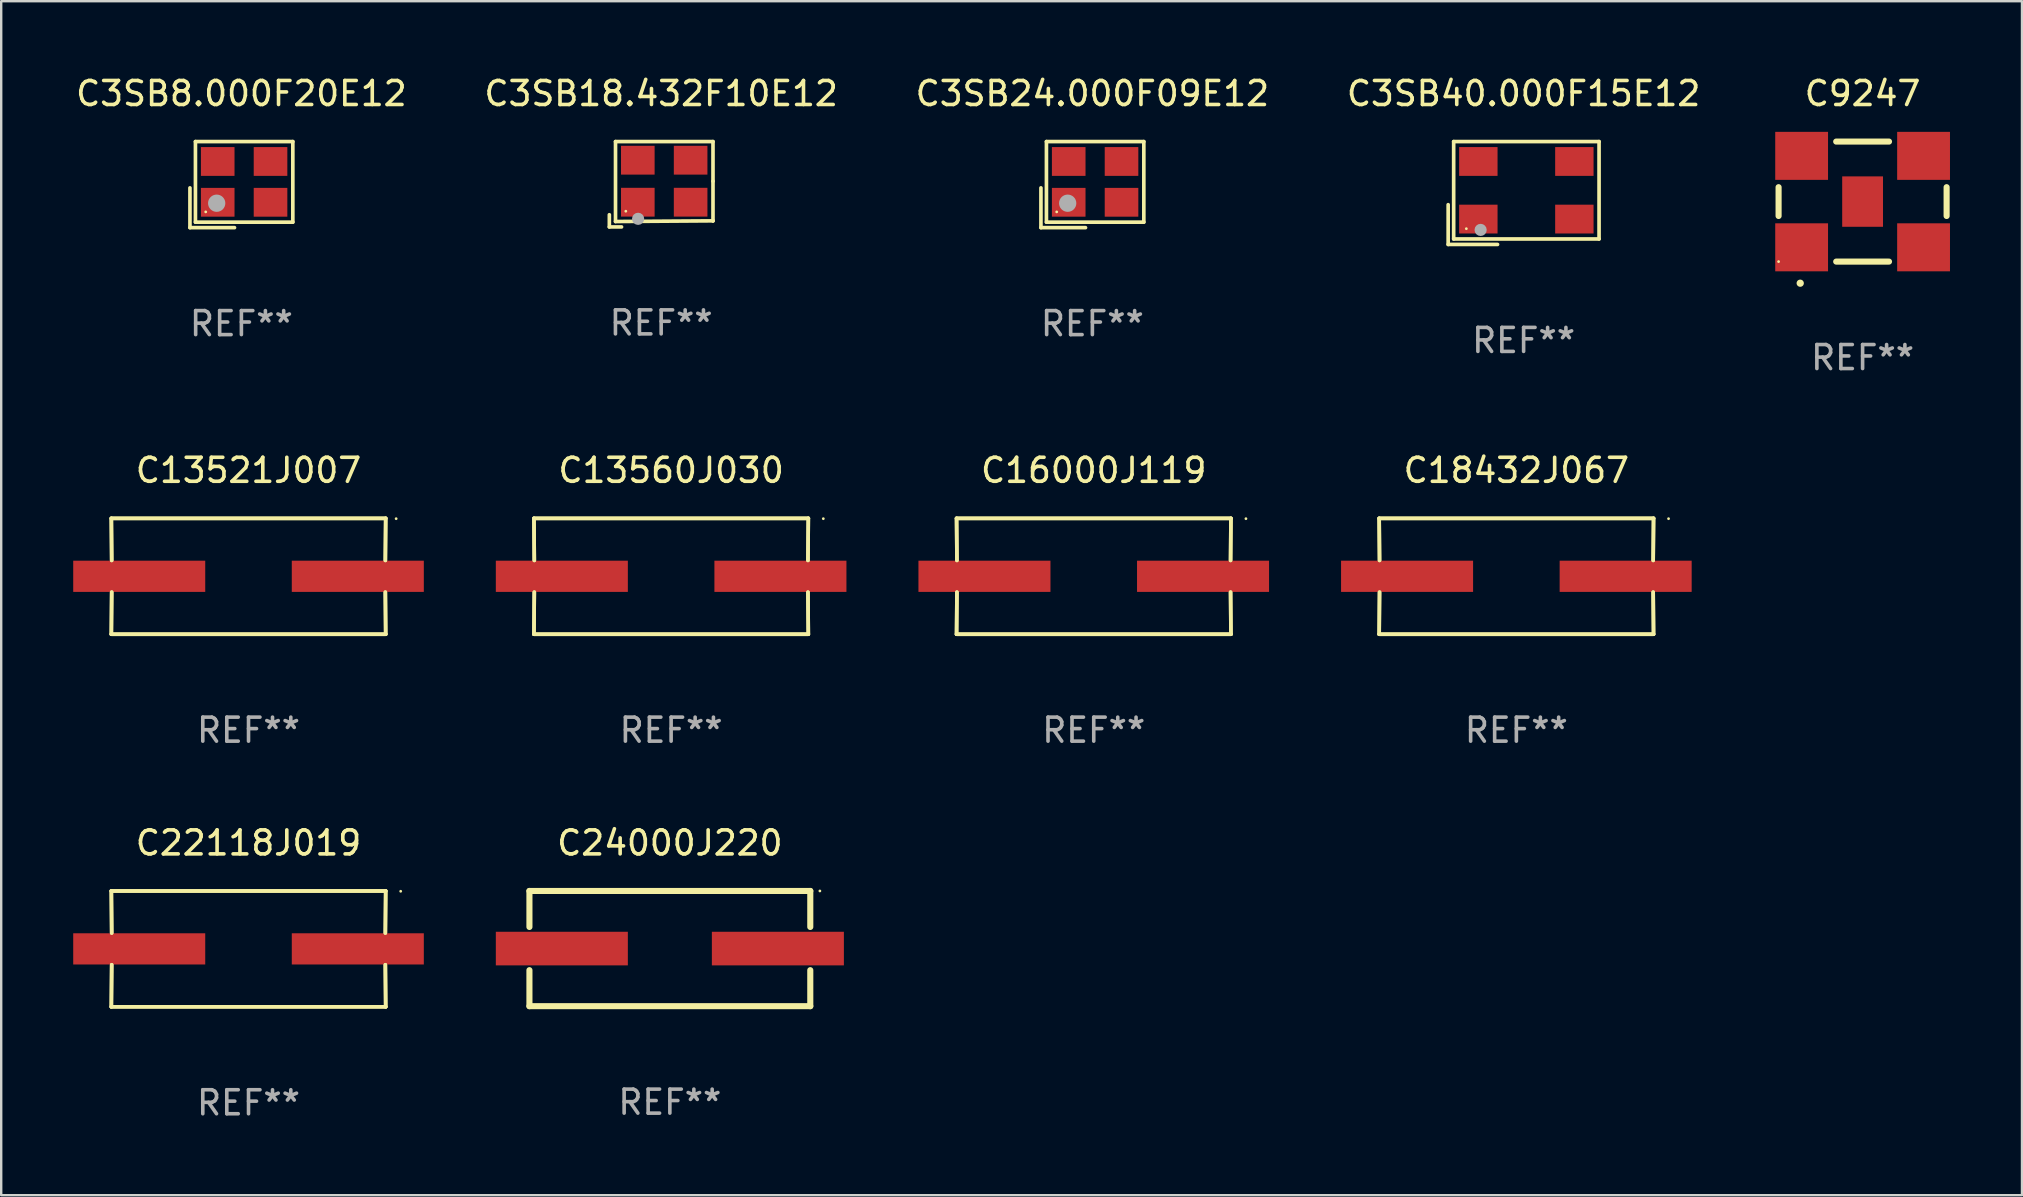
<source format=kicad_pcb>
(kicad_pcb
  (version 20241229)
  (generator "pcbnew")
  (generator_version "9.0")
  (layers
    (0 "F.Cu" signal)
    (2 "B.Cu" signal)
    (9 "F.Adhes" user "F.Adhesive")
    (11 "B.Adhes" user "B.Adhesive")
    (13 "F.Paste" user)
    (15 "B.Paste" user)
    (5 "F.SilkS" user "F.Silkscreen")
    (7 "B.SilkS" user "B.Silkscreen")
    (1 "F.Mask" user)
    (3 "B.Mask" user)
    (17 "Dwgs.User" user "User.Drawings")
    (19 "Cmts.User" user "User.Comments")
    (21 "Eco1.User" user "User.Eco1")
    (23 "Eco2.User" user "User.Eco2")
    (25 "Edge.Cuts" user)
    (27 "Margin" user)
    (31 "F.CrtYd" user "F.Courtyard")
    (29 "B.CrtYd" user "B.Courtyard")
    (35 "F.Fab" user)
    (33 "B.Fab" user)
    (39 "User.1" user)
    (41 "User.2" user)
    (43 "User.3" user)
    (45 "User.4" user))
  (footprint "C13521J007"
    (layer "F.Cu")
    (at 7.303 20.958)
    (property "Reference" "C13521J007" (at 0 -4.413 0) (layer "F.SilkS") (effects (font (size 1 1) (thickness 0.15))))
    (attr through_hole)
    (fp_line (start -5.715 -2.413) (end -5.7 -0.662) (stroke (width 0.152) (type solid)) (layer "F.SilkS"))
    (fp_line (start -5.715 -2.413) (end -5.7 -0.662) (stroke (width 0.152) (type solid)) (layer "F.SilkS"))
    (fp_line (start -5.715 2.413) (end 5.715 2.413) (stroke (width 0.152) (type solid)) (layer "F.SilkS"))
    (fp_line (start -5.715 2.413) (end 5.715 2.413) (stroke (width 0.152) (type solid)) (layer "F.SilkS"))
    (fp_line (start -5.7 0.662) (end -5.715 2.413) (stroke (width 0.152) (type solid)) (layer "F.SilkS"))
    (fp_line (start -5.7 0.662) (end -5.715 2.413) (stroke (width 0.152) (type solid)) (layer "F.SilkS"))
    (fp_line (start 5.7 -0.662) (end 5.715 -2.413) (stroke (width 0.152) (type solid)) (layer "F.SilkS"))
    (fp_line (start 5.7 -0.662) (end 5.715 -2.413) (stroke (width 0.152) (type solid)) (layer "F.SilkS"))
    (fp_line (start 5.715 -2.413) (end -5.715 -2.413) (stroke (width 0.152) (type solid)) (layer "F.SilkS"))
    (fp_line (start 5.715 -2.413) (end -5.715 -2.413) (stroke (width 0.152) (type solid)) (layer "F.SilkS"))
    (fp_line (start 5.715 2.413) (end 5.7 0.662) (stroke (width 0.152) (type solid)) (layer "F.SilkS"))
    (fp_line (start 5.715 2.413) (end 5.7 0.662) (stroke (width 0.152) (type solid)) (layer "F.SilkS"))
    (fp_circle (center 6.15 -2.4) (end 6.18 -2.4) (stroke (width 0.06) (type solid)) (fill no) (layer "F.SilkS"))
    (fp_text user "REF**" (at 0 6.413 0) (layer "F.Fab") (effects (font (size 1 1) (thickness 0.15))))
    (pad "1" smd rect (at 4.553 0.000025) (size 5.5 1.3) (layers "F.Cu" "F.Mask" "F.Paste"))
    (pad "2" smd rect (at -4.553 0.000025) (size 5.5 1.3) (layers "F.Cu" "F.Mask" "F.Paste")))
  (footprint "C13560J030"
    (layer "F.Cu")
    (at 24.909 20.958)
    (property "Reference" "C13560J030" (at 0 -4.413 0) (layer "F.SilkS") (effects (font (size 1 1) (thickness 0.15))))
    (attr through_hole)
    (fp_line (start -5.715 -2.413) (end -5.7 -0.662) (stroke (width 0.152) (type solid)) (layer "F.SilkS"))
    (fp_line (start -5.715 -2.413) (end -5.7 -0.662) (stroke (width 0.152) (type solid)) (layer "F.SilkS"))
    (fp_line (start -5.715 2.413) (end 5.715 2.413) (stroke (width 0.152) (type solid)) (layer "F.SilkS"))
    (fp_line (start -5.715 2.413) (end 5.715 2.413) (stroke (width 0.152) (type solid)) (layer "F.SilkS"))
    (fp_line (start -5.7 0.662) (end -5.715 2.413) (stroke (width 0.152) (type solid)) (layer "F.SilkS"))
    (fp_line (start -5.7 0.662) (end -5.715 2.413) (stroke (width 0.152) (type solid)) (layer "F.SilkS"))
    (fp_line (start 5.7 -0.662) (end 5.715 -2.413) (stroke (width 0.152) (type solid)) (layer "F.SilkS"))
    (fp_line (start 5.7 -0.662) (end 5.715 -2.413) (stroke (width 0.152) (type solid)) (layer "F.SilkS"))
    (fp_line (start 5.715 -2.413) (end -5.715 -2.413) (stroke (width 0.152) (type solid)) (layer "F.SilkS"))
    (fp_line (start 5.715 -2.413) (end -5.715 -2.413) (stroke (width 0.152) (type solid)) (layer "F.SilkS"))
    (fp_line (start 5.715 2.413) (end 5.7 0.662) (stroke (width 0.152) (type solid)) (layer "F.SilkS"))
    (fp_line (start 5.715 2.413) (end 5.7 0.662) (stroke (width 0.152) (type solid)) (layer "F.SilkS"))
    (fp_circle (center 6.34 -2.4) (end 6.37 -2.4) (stroke (width 0.06) (type solid)) (fill no) (layer "F.SilkS"))
    (fp_text user "REF**" (at 0 6.413 0) (layer "F.Fab") (effects (font (size 1 1) (thickness 0.15))))
    (pad "1" smd rect (at 4.553 0) (size 5.5 1.3) (layers "F.Cu" "F.Mask" "F.Paste"))
    (pad "2" smd rect (at -4.553 0) (size 5.5 1.3) (layers "F.Cu" "F.Mask" "F.Paste")))
  (footprint "C3SB24.000F09E12"
    (layer "F.Cu")
    (at 42.458 4.641)
    (property "Reference" "C3SB24.000F09E12" (at 0 -3.793 0) (layer "F.SilkS") (effects (font (size 1 1) (thickness 0.15))))
    (attr through_hole)
    (fp_line (start -2.143 0.136) (end -2.143 1.793) (stroke (width 0.152) (type solid)) (layer "F.SilkS"))
    (fp_line (start -2.143 1.793) (end -0.286 1.793) (stroke (width 0.152) (type solid)) (layer "F.SilkS"))
    (fp_line (start -1.914 -1.793) (end 2.143 -1.793) (stroke (width 0.152) (type solid)) (layer "F.SilkS"))
    (fp_line (start -1.914 1.564) (end -1.914 -1.793) (stroke (width 0.152) (type solid)) (layer "F.SilkS"))
    (fp_line (start 2.143 -1.793) (end 2.143 1.564) (stroke (width 0.152) (type solid)) (layer "F.SilkS"))
    (fp_line (start 2.143 1.564) (end -1.914 1.564) (stroke (width 0.152) (type solid)) (layer "F.SilkS"))
    (fp_circle (center -1.486 1.136) (end -1.456 1.136) (stroke (width 0.06) (type solid)) (fill no) (layer "F.SilkS"))
    (fp_circle (center -1.029 0.775) (end -0.849 0.775) (stroke (width 0.36) (type solid)) (fill no) (layer "F.Fab"))
    (fp_text user "REF**" (at 0 5.793 0) (layer "F.Fab") (effects (font (size 1 1) (thickness 0.15))))
    (pad "1" smd rect (at -0.986 0.736) (size 1.4 1.2) (layers "F.Cu" "F.Mask" "F.Paste"))
    (pad "2" smd rect (at 1.214 0.736) (size 1.4 1.2) (layers "F.Cu" "F.Mask" "F.Paste"))
    (pad "3" smd rect (at 1.214 -0.964) (size 1.4 1.2) (layers "F.Cu" "F.Mask" "F.Paste"))
    (pad "4" smd rect (at -0.986 -0.964) (size 1.4 1.2) (layers "F.Cu" "F.Mask" "F.Paste")))
  (footprint "C24000J220"
    (layer "F.Cu")
    (at 24.856 36.467)
    (property "Reference" "C24000J220" (at 0 -4.4 0) (layer "F.SilkS") (effects (font (size 1 1) (thickness 0.15))))
    (attr through_hole)
    (fp_line (start -5.85 -0.9) (end -5.85 -2.4) (stroke (width 0.254) (type solid)) (layer "F.SilkS"))
    (fp_line (start -5.85 2.4) (end -5.85 0.9) (stroke (width 0.254) (type solid)) (layer "F.SilkS"))
    (fp_line (start 5.85 -0.9) (end 5.85 -2.4) (stroke (width 0.254) (type solid)) (layer "F.SilkS"))
    (fp_line (start 5.85 -2.4) (end -5.85 -2.4) (stroke (width 0.254) (type solid)) (layer "F.SilkS"))
    (fp_line (start 5.85 2.4) (end 5.85 0.9) (stroke (width 0.254) (type solid)) (layer "F.SilkS"))
    (fp_line (start 5.85 2.4) (end -5.85 2.4) (stroke (width 0.254) (type solid)) (layer "F.SilkS"))
    (fp_circle (center 6.25 -2.4) (end 6.28 -2.4) (stroke (width 0.06) (type solid)) (fill no) (layer "F.SilkS"))
    (fp_text user "REF**" (at 0 6.4 0) (layer "F.Fab") (effects (font (size 1 1) (thickness 0.15))))
    (pad "1" smd rect (at 4.5 -0.000025 180) (size 5.5 1.4) (layers "F.Cu" "F.Mask" "F.Paste"))
    (pad "2" smd rect (at -4.5 -0.000025 180) (size 5.5 1.4) (layers "F.Cu" "F.Mask" "F.Paste")))
  (footprint "C3SB40.000F15E12"
    (layer "F.Cu")
    (at 60.423 4.991)
    (property "Reference" "C3SB40.000F15E12" (at 0 -4.143 0) (layer "F.SilkS") (effects (font (size 1 1) (thickness 0.15))))
    (attr through_hole)
    (fp_line (start -3.143 0.486) (end -3.143 2.143) (stroke (width 0.152) (type solid)) (layer "F.SilkS"))
    (fp_line (start -3.143 2.143) (end -1.086 2.143) (stroke (width 0.152) (type solid)) (layer "F.SilkS"))
    (fp_line (start -2.914 -2.143) (end 3.143 -2.143) (stroke (width 0.152) (type solid)) (layer "F.SilkS"))
    (fp_line (start -2.914 1.914) (end -2.914 -2.143) (stroke (width 0.152) (type solid)) (layer "F.SilkS"))
    (fp_line (start 3.143 -2.143) (end 3.143 1.914) (stroke (width 0.152) (type solid)) (layer "F.SilkS"))
    (fp_line (start 3.143 1.914) (end -2.914 1.914) (stroke (width 0.152) (type solid)) (layer "F.SilkS"))
    (fp_circle (center -2.386 1.486) (end -2.356 1.486) (stroke (width 0.06) (type solid)) (fill no) (layer "F.SilkS"))
    (fp_circle (center -1.791 1.537) (end -1.664 1.537) (stroke (width 0.254) (type solid)) (fill no) (layer "F.Fab"))
    (fp_text user "REF**" (at 0 6.143 0) (layer "F.Fab") (effects (font (size 1 1) (thickness 0.15))))
    (pad "1" smd rect (at -1.886 1.086) (size 1.6 1.2) (layers "F.Cu" "F.Mask" "F.Paste"))
    (pad "2" smd rect (at 2.114 1.086) (size 1.6 1.2) (layers "F.Cu" "F.Mask" "F.Paste"))
    (pad "3" smd rect (at 2.114 -1.314) (size 1.6 1.2) (layers "F.Cu" "F.Mask" "F.Paste"))
    (pad "4" smd rect (at -1.886 -1.314) (size 1.6 1.2) (layers "F.Cu" "F.Mask" "F.Paste")))
  (footprint "C3SB8.000F20E12"
    (layer "F.Cu")
    (at 7.006 4.641)
    (property "Reference" "C3SB8.000F20E12" (at 0 -3.793 0) (layer "F.SilkS") (effects (font (size 1 1) (thickness 0.15))))
    (attr through_hole)
    (fp_line (start -2.143 0.136) (end -2.143 1.793) (stroke (width 0.152) (type solid)) (layer "F.SilkS"))
    (fp_line (start -2.143 1.793) (end -0.286 1.793) (stroke (width 0.152) (type solid)) (layer "F.SilkS"))
    (fp_line (start -1.914 -1.793) (end 2.143 -1.793) (stroke (width 0.152) (type solid)) (layer "F.SilkS"))
    (fp_line (start -1.914 1.564) (end -1.914 -1.793) (stroke (width 0.152) (type solid)) (layer "F.SilkS"))
    (fp_line (start 2.143 -1.793) (end 2.143 1.564) (stroke (width 0.152) (type solid)) (layer "F.SilkS"))
    (fp_line (start 2.143 1.564) (end -1.914 1.564) (stroke (width 0.152) (type solid)) (layer "F.SilkS"))
    (fp_circle (center -1.486 1.136) (end -1.456 1.136) (stroke (width 0.06) (type solid)) (fill no) (layer "F.SilkS"))
    (fp_circle (center -1.029 0.775) (end -0.849 0.775) (stroke (width 0.36) (type solid)) (fill no) (layer "F.Fab"))
    (fp_text user "REF**" (at 0 5.793 0) (layer "F.Fab") (effects (font (size 1 1) (thickness 0.15))))
    (pad "1" smd rect (at -0.986 0.736) (size 1.4 1.2) (layers "F.Cu" "F.Mask" "F.Paste"))
    (pad "2" smd rect (at 1.214 0.736) (size 1.4 1.2) (layers "F.Cu" "F.Mask" "F.Paste"))
    (pad "3" smd rect (at 1.214 -0.964) (size 1.4 1.2) (layers "F.Cu" "F.Mask" "F.Paste"))
    (pad "4" smd rect (at -0.986 -0.964) (size 1.4 1.2) (layers "F.Cu" "F.Mask" "F.Paste")))
  (footprint "C18432J067"
    (layer "F.Cu")
    (at 60.121 20.958)
    (property "Reference" "C18432J067" (at 0 -4.413 0) (layer "F.SilkS") (effects (font (size 1 1) (thickness 0.15))))
    (attr through_hole)
    (fp_line (start -5.715 -2.413) (end -5.7 -0.662) (stroke (width 0.152) (type solid)) (layer "F.SilkS"))
    (fp_line (start -5.715 -2.413) (end -5.7 -0.662) (stroke (width 0.152) (type solid)) (layer "F.SilkS"))
    (fp_line (start -5.715 2.413) (end 5.715 2.413) (stroke (width 0.152) (type solid)) (layer "F.SilkS"))
    (fp_line (start -5.715 2.413) (end 5.715 2.413) (stroke (width 0.152) (type solid)) (layer "F.SilkS"))
    (fp_line (start -5.7 0.662) (end -5.715 2.413) (stroke (width 0.152) (type solid)) (layer "F.SilkS"))
    (fp_line (start -5.7 0.662) (end -5.715 2.413) (stroke (width 0.152) (type solid)) (layer "F.SilkS"))
    (fp_line (start 5.7 -0.662) (end 5.715 -2.413) (stroke (width 0.152) (type solid)) (layer "F.SilkS"))
    (fp_line (start 5.7 -0.662) (end 5.715 -2.413) (stroke (width 0.152) (type solid)) (layer "F.SilkS"))
    (fp_line (start 5.715 -2.413) (end -5.715 -2.413) (stroke (width 0.152) (type solid)) (layer "F.SilkS"))
    (fp_line (start 5.715 -2.413) (end -5.715 -2.413) (stroke (width 0.152) (type solid)) (layer "F.SilkS"))
    (fp_line (start 5.715 2.413) (end 5.7 0.662) (stroke (width 0.152) (type solid)) (layer "F.SilkS"))
    (fp_line (start 5.715 2.413) (end 5.7 0.662) (stroke (width 0.152) (type solid)) (layer "F.SilkS"))
    (fp_circle (center 6.34 -2.4) (end 6.37 -2.4) (stroke (width 0.06) (type solid)) (fill no) (layer "F.SilkS"))
    (fp_text user "REF**" (at 0 6.413 0) (layer "F.Fab") (effects (font (size 1 1) (thickness 0.15))))
    (pad "1" smd rect (at 4.553 0) (size 5.5 1.3) (layers "F.Cu" "F.Mask" "F.Paste"))
    (pad "2" smd rect (at -4.553 0) (size 5.5 1.3) (layers "F.Cu" "F.Mask" "F.Paste")))
  (footprint "C9247"
    (layer "F.Cu")
    (at 74.545 5.348)
    (property "Reference" "C9247" (at 0 -4.5 0) (layer "F.SilkS") (effects (font (size 1 1) (thickness 0.15))))
    (attr through_hole)
    (fp_line (start -3.5 -0.6) (end -3.5 0.6) (stroke (width 0.254) (type solid)) (layer "F.SilkS"))
    (fp_line (start -1.1 -2.5) (end 1.1 -2.5) (stroke (width 0.254) (type solid)) (layer "F.SilkS"))
    (fp_line (start -1.1 2.5) (end 1.1 2.5) (stroke (width 0.254) (type solid)) (layer "F.SilkS"))
    (fp_line (start 3.5 -0.6) (end 3.5 0.6) (stroke (width 0.254) (type solid)) (layer "F.SilkS"))
    (fp_arc (start -2.6 3.4) (mid -2.59873 3.399995) (end -2.59746 3.4) (stroke (width 0.3) (type solid)) (layer "F.SilkS"))
    (fp_circle (center -3.5 2.5) (end -3.47 2.5) (stroke (width 0.06) (type solid)) (fill no) (layer "F.SilkS"))
    (fp_text user "REF**" (at 0 6.5 0) (layer "F.Fab") (effects (font (size 1 1) (thickness 0.15))))
    (pad "1" smd rect (at -2.54 1.905) (size 2.2 2) (layers "F.Cu" "F.Mask" "F.Paste"))
    (pad "2" smd rect (at 2.54 1.905) (size 2.2 2) (layers "F.Cu" "F.Mask" "F.Paste"))
    (pad "3" smd rect (at 2.54 -1.905) (size 2.2 2) (layers "F.Cu" "F.Mask" "F.Paste"))
    (pad "4" smd rect (at -2.54 -1.905) (size 2.2 2) (layers "F.Cu" "F.Mask" "F.Paste"))
    (pad "5" smd rect (at 0 0.000127 180) (size 1.7 2.1) (layers "F.Cu" "F.Mask" "F.Paste")))
  (footprint "C22118J019"
    (layer "F.Cu")
    (at 7.303 36.48)
    (property "Reference" "C22118J019" (at 0 -4.413 0) (layer "F.SilkS") (effects (font (size 1 1) (thickness 0.15))))
    (attr through_hole)
    (fp_line (start -5.715 -2.413) (end -5.7 -0.662) (stroke (width 0.152) (type solid)) (layer "F.SilkS"))
    (fp_line (start -5.715 -2.413) (end -5.7 -0.662) (stroke (width 0.152) (type solid)) (layer "F.SilkS"))
    (fp_line (start -5.715 2.413) (end 5.715 2.413) (stroke (width 0.152) (type solid)) (layer "F.SilkS"))
    (fp_line (start -5.715 2.413) (end 5.715 2.413) (stroke (width 0.152) (type solid)) (layer "F.SilkS"))
    (fp_line (start -5.7 0.662) (end -5.715 2.413) (stroke (width 0.152) (type solid)) (layer "F.SilkS"))
    (fp_line (start -5.7 0.662) (end -5.715 2.413) (stroke (width 0.152) (type solid)) (layer "F.SilkS"))
    (fp_line (start 5.7 -0.662) (end 5.715 -2.413) (stroke (width 0.152) (type solid)) (layer "F.SilkS"))
    (fp_line (start 5.7 -0.662) (end 5.715 -2.413) (stroke (width 0.152) (type solid)) (layer "F.SilkS"))
    (fp_line (start 5.715 -2.413) (end -5.715 -2.413) (stroke (width 0.152) (type solid)) (layer "F.SilkS"))
    (fp_line (start 5.715 -2.413) (end -5.715 -2.413) (stroke (width 0.152) (type solid)) (layer "F.SilkS"))
    (fp_line (start 5.715 2.413) (end 5.7 0.662) (stroke (width 0.152) (type solid)) (layer "F.SilkS"))
    (fp_line (start 5.715 2.413) (end 5.7 0.662) (stroke (width 0.152) (type solid)) (layer "F.SilkS"))
    (fp_circle (center 6.34 -2.4) (end 6.37 -2.4) (stroke (width 0.06) (type solid)) (fill no) (layer "F.SilkS"))
    (fp_text user "REF**" (at 0 6.413 0) (layer "F.Fab") (effects (font (size 1 1) (thickness 0.15))))
    (pad "1" smd rect (at 4.553 0) (size 5.5 1.3) (layers "F.Cu" "F.Mask" "F.Paste"))
    (pad "2" smd rect (at -4.553 0) (size 5.5 1.3) (layers "F.Cu" "F.Mask" "F.Paste")))
  (footprint "C3SB18.432F10E12"
    (layer "F.Cu")
    (at 24.494 4.626)
    (property "Reference" "C3SB18.432F10E12" (at 0 -3.778 0) (layer "F.SilkS") (effects (font (size 1 1) (thickness 0.15))))
    (attr through_hole)
    (fp_line (start -2.159 1.27) (end -2.159 1.778) (stroke (width 0.152) (type solid)) (layer "F.SilkS"))
    (fp_line (start -2.159 1.778) (end -1.651 1.778) (stroke (width 0.152) (type solid)) (layer "F.SilkS"))
    (fp_line (start -1.902 -1.778) (end 2.159 -1.778) (stroke (width 0.152) (type solid)) (layer "F.SilkS"))
    (fp_line (start -1.902 1.552) (end -1.902 -1.778) (stroke (width 0.152) (type solid)) (layer "F.SilkS"))
    (fp_line (start 2.159 -1.778) (end 2.159 -0.127) (stroke (width 0.152) (type solid)) (layer "F.SilkS"))
    (fp_line (start 2.159 -0.127) (end 2.159 1.524) (stroke (width 0.152) (type solid)) (layer "F.SilkS"))
    (fp_line (start 2.159 1.524) (end -1.902 1.552) (stroke (width 0.152) (type solid)) (layer "F.SilkS"))
    (fp_line (start 2.159 1.524) (end 2.159 1.524) (stroke (width 0.152) (type solid)) (layer "F.SilkS"))
    (fp_circle (center -1.473 1.123) (end -1.443 1.123) (stroke (width 0.06) (type solid)) (fill no) (layer "F.SilkS"))
    (fp_circle (center -0.961 1.44) (end -0.834 1.44) (stroke (width 0.254) (type solid)) (fill no) (layer "F.Fab"))
    (fp_text user "REF**" (at 0 5.778 0) (layer "F.Fab") (effects (font (size 1 1) (thickness 0.15))))
    (pad "1" smd rect (at -0.973 0.748) (size 1.4 1.2) (layers "F.Cu" "F.Mask" "F.Paste"))
    (pad "2" smd rect (at 1.227 0.748) (size 1.4 1.2) (layers "F.Cu" "F.Mask" "F.Paste"))
    (pad "3" smd rect (at 1.227 -1.002) (size 1.4 1.2) (layers "F.Cu" "F.Mask" "F.Paste"))
    (pad "4" smd rect (at -0.973 -1.002) (size 1.4 1.2) (layers "F.Cu" "F.Mask" "F.Paste")))
  (footprint "C16000J119"
    (layer "F.Cu")
    (at 42.515 20.958)
    (property "Reference" "C16000J119" (at 0 -4.413 0) (layer "F.SilkS") (effects (font (size 1 1) (thickness 0.15))))
    (attr through_hole)
    (fp_line (start -5.715 -2.413) (end -5.7 -0.662) (stroke (width 0.152) (type solid)) (layer "F.SilkS"))
    (fp_line (start -5.715 -2.413) (end -5.7 -0.662) (stroke (width 0.152) (type solid)) (layer "F.SilkS"))
    (fp_line (start -5.715 2.413) (end 5.715 2.413) (stroke (width 0.152) (type solid)) (layer "F.SilkS"))
    (fp_line (start -5.715 2.413) (end 5.715 2.413) (stroke (width 0.152) (type solid)) (layer "F.SilkS"))
    (fp_line (start -5.7 0.662) (end -5.715 2.413) (stroke (width 0.152) (type solid)) (layer "F.SilkS"))
    (fp_line (start -5.7 0.662) (end -5.715 2.413) (stroke (width 0.152) (type solid)) (layer "F.SilkS"))
    (fp_line (start 5.7 -0.662) (end 5.715 -2.413) (stroke (width 0.152) (type solid)) (layer "F.SilkS"))
    (fp_line (start 5.7 -0.662) (end 5.715 -2.413) (stroke (width 0.152) (type solid)) (layer "F.SilkS"))
    (fp_line (start 5.715 -2.413) (end -5.715 -2.413) (stroke (width 0.152) (type solid)) (layer "F.SilkS"))
    (fp_line (start 5.715 -2.413) (end -5.715 -2.413) (stroke (width 0.152) (type solid)) (layer "F.SilkS"))
    (fp_line (start 5.715 2.413) (end 5.7 0.662) (stroke (width 0.152) (type solid)) (layer "F.SilkS"))
    (fp_line (start 5.715 2.413) (end 5.7 0.662) (stroke (width 0.152) (type solid)) (layer "F.SilkS"))
    (fp_circle (center 6.34 -2.4) (end 6.37 -2.4) (stroke (width 0.06) (type solid)) (fill no) (layer "F.SilkS"))
    (fp_text user "REF**" (at 0 6.413 0) (layer "F.Fab") (effects (font (size 1 1) (thickness 0.15))))
    (pad "1" smd rect (at 4.553 0) (size 5.5 1.3) (layers "F.Cu" "F.Mask" "F.Paste"))
    (pad "2" smd rect (at -4.553 0) (size 5.5 1.3) (layers "F.Cu" "F.Mask" "F.Paste")))
  (gr_rect
    (start -3 -3)
    (end 81.185 46.742)
    (stroke (width 0.1) (type default))
    (fill no)
    (layer "Edge.Cuts")))
</source>
